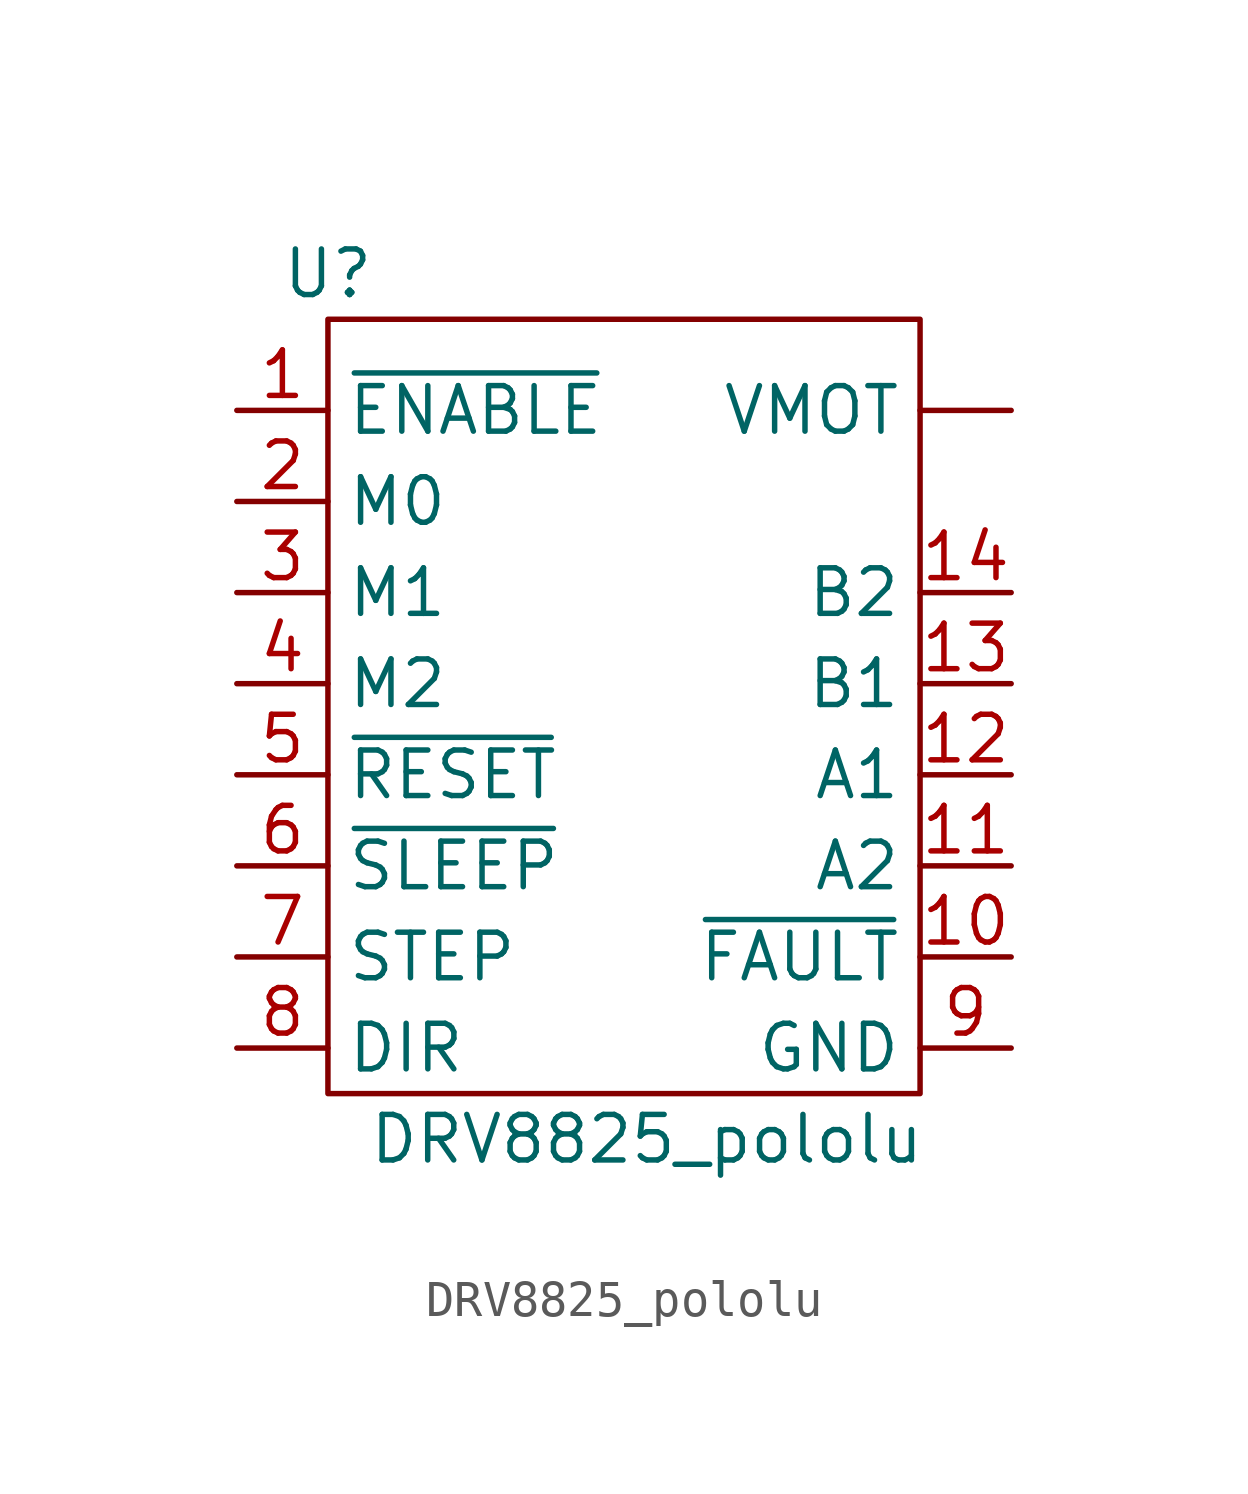
<source format=kicad_sym>
(kicad_symbol_lib
  (version 20211014)
  (generator kicad_symbol_editor)
  (symbol "DRV8825_pololu"
    (property "Reference" "U"
      (at 0 0 0)
      (effects (font (size 1.27 1.27))))
    (property "Value" "DRV8825_pololu"
      (at 8.89 -24.13 0)
      (effects (font (size 1.27 1.27))))
    (symbol "DRV8825_pololu_0_1"
      (rectangle (start 0 -1.27) (end 16.51 -22.86) (stroke (width 0) (type default) (color 0 0 0 0)) (fill (type none))))
    (symbol "DRV8825_pololu_1_1"
      (pin power_in line (at 19.05 -3.81 180) (length 2.54) (name "VMOT" (effects (font (size 1.27 1.27)))) (number "" (effects (font (size 1.27 1.27)))))
      (pin input line (at -2.54 -3.81 0) (length 2.54) (name "~{ENABLE}" (effects (font (size 1.27 1.27)))) (number "1" (effects (font (size 1.27 1.27)))))
      (pin output line (at 19.05 -19.05 180) (length 2.54) (name "~{FAULT}" (effects (font (size 1.27 1.27)))) (number "10" (effects (font (size 1.27 1.27)))))
      (pin output line (at 19.05 -16.51 180) (length 2.54) (name "A2" (effects (font (size 1.27 1.27)))) (number "11" (effects (font (size 1.27 1.27)))))
      (pin output line (at 19.05 -13.97 180) (length 2.54) (name "A1" (effects (font (size 1.27 1.27)))) (number "12" (effects (font (size 1.27 1.27)))))
      (pin output line (at 19.05 -11.43 180) (length 2.54) (name "B1" (effects (font (size 1.27 1.27)))) (number "13" (effects (font (size 1.27 1.27)))))
      (pin output line (at 19.05 -8.89 180) (length 2.54) (name "B2" (effects (font (size 1.27 1.27)))) (number "14" (effects (font (size 1.27 1.27)))))
      (pin input line (at -2.54 -6.35 0) (length 2.54) (name "M0" (effects (font (size 1.27 1.27)))) (number "2" (effects (font (size 1.27 1.27)))))
      (pin input line (at -2.54 -8.89 0) (length 2.54) (name "M1" (effects (font (size 1.27 1.27)))) (number "3" (effects (font (size 1.27 1.27)))))
      (pin input line (at -2.54 -11.43 0) (length 2.54) (name "M2" (effects (font (size 1.27 1.27)))) (number "4" (effects (font (size 1.27 1.27)))))
      (pin input line (at -2.54 -13.97 0) (length 2.54) (name "~{RESET}" (effects (font (size 1.27 1.27)))) (number "5" (effects (font (size 1.27 1.27)))))
      (pin input line (at -2.54 -16.51 0) (length 2.54) (name "~{SLEEP}" (effects (font (size 1.27 1.27)))) (number "6" (effects (font (size 1.27 1.27)))))
      (pin input line (at -2.54 -19.05 0) (length 2.54) (name "STEP" (effects (font (size 1.27 1.27)))) (number "7" (effects (font (size 1.27 1.27)))))
      (pin input line (at -2.54 -21.59 0) (length 2.54) (name "DIR" (effects (font (size 1.27 1.27)))) (number "8" (effects (font (size 1.27 1.27)))))
      (pin power_in line (at 19.05 -21.59 180) (length 2.54) (name "GND" (effects (font (size 1.27 1.27)))) (number "9" (effects (font (size 1.27 1.27))))))))
</source>
